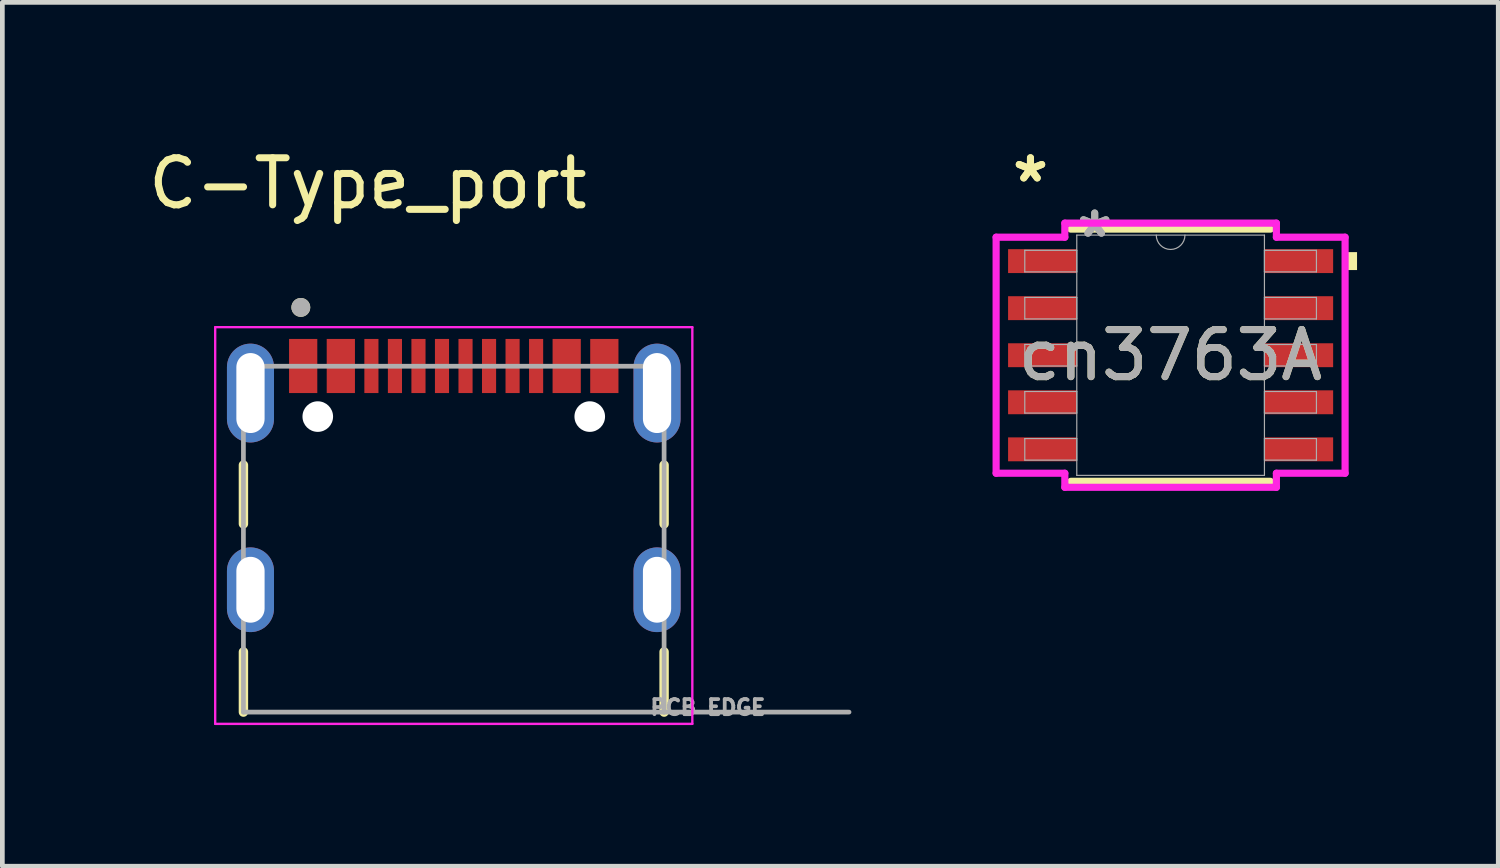
<source format=kicad_pcb>
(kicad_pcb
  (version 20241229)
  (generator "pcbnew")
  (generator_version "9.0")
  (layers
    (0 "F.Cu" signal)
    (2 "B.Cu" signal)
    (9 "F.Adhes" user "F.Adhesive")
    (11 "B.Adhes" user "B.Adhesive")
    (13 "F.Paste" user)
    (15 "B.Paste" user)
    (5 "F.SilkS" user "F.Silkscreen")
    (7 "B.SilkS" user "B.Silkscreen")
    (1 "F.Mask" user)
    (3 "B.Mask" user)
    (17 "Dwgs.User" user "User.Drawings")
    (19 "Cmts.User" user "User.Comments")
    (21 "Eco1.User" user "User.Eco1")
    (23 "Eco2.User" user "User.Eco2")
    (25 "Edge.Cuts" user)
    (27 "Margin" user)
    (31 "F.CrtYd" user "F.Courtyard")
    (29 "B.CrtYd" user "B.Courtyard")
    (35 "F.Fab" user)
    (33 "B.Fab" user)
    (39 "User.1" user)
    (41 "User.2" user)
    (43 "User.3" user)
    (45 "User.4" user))
  (footprint "C-Type_port"
    (layer "F.Cu")
    (at 6.593 9.483)
    (property "Reference" "C-Type_port" (at -1.825 -8.635 0) (layer "F.SilkS") (effects (font (size 1 1) (thickness 0.15))))
    (attr smd)
    (fp_line (start -4.47 -2.65) (end -4.47 -1.4) (stroke (width 0.2) (type solid)) (layer "F.SilkS"))
    (fp_line (start -4.47 1.32) (end -4.47 2.6) (stroke (width 0.2) (type solid)) (layer "F.SilkS"))
    (fp_line (start 4.47 -2.65) (end 4.47 -1.4) (stroke (width 0.2) (type solid)) (layer "F.SilkS"))
    (fp_line (start 4.47 2.6) (end 4.47 1.32) (stroke (width 0.2) (type solid)) (layer "F.SilkS"))
    (fp_circle (center -3.25 -6) (end -3.15 -6) (stroke (width 0.2) (type solid)) (fill no) (layer "F.SilkS"))
    (fp_line (start -5.07 -5.58) (end -5.07 2.85) (stroke (width 0.05) (type solid)) (layer "F.CrtYd"))
    (fp_line (start -5.07 2.85) (end 5.07 2.85) (stroke (width 0.05) (type solid)) (layer "F.CrtYd"))
    (fp_line (start 5.07 -5.58) (end -5.07 -5.58) (stroke (width 0.05) (type solid)) (layer "F.CrtYd"))
    (fp_line (start 5.07 2.85) (end 5.07 -5.58) (stroke (width 0.05) (type solid)) (layer "F.CrtYd"))
    (fp_line (start -4.47 -4.75) (end 4.47 -4.75) (stroke (width 0.1) (type solid)) (layer "F.Fab"))
    (fp_line (start -4.47 2.6) (end -4.47 -4.75) (stroke (width 0.1) (type solid)) (layer "F.Fab"))
    (fp_line (start 4.47 -4.75) (end 4.47 2.6) (stroke (width 0.1) (type solid)) (layer "F.Fab"))
    (fp_line (start 4.47 2.6) (end -4.47 2.6) (stroke (width 0.1) (type solid)) (layer "F.Fab"))
    (fp_line (start 4.47 2.6) (end 8.4 2.6) (stroke (width 0.1) (type solid)) (layer "F.Fab"))
    (fp_circle (center -3.25 -6) (end -3.15 -6) (stroke (width 0.2) (type solid)) (fill no) (layer "F.Fab"))
    (fp_text user "PCB EDGE" (at 5.4 2.5 0) (layer "F.Fab") (effects (font (size 0.32 0.32) (thickness 0.15))))
    (pad "" np_thru_hole circle (at -2.89 -3.68) (size 0.65 0.65) (drill 0.65) (layers "*.Cu" "*.Mask"))
    (pad "" np_thru_hole circle (at 2.89 -3.68) (size 0.65 0.65) (drill 0.65) (layers "*.Cu" "*.Mask"))
    (pad "A1_B12" smd rect (at -3.2 -4.755) (size 0.6 1.15) (layers "F.Cu" "F.Mask" "F.Paste"))
    (pad "A4_B9" smd rect (at -2.4 -4.755) (size 0.6 1.15) (layers "F.Cu" "F.Mask" "F.Paste"))
    (pad "A5" smd rect (at -1.25 -4.755) (size 0.3 1.15) (layers "F.Cu" "F.Mask" "F.Paste"))
    (pad "A6" smd rect (at -0.25 -4.755) (size 0.3 1.15) (layers "F.Cu" "F.Mask" "F.Paste"))
    (pad "A7" smd rect (at 0.25 -4.755) (size 0.3 1.15) (layers "F.Cu" "F.Mask" "F.Paste"))
    (pad "A8" smd rect (at 1.25 -4.755) (size 0.3 1.15) (layers "F.Cu" "F.Mask" "F.Paste"))
    (pad "B1_A12" smd rect (at 3.2 -4.755) (size 0.6 1.15) (layers "F.Cu" "F.Mask" "F.Paste"))
    (pad "B4_A9" smd rect (at 2.4 -4.755) (size 0.6 1.15) (layers "F.Cu" "F.Mask" "F.Paste"))
    (pad "B5" smd rect (at 1.75 -4.755) (size 0.3 1.15) (layers "F.Cu" "F.Mask" "F.Paste"))
    (pad "B6" smd rect (at 0.75 -4.755) (size 0.3 1.15) (layers "F.Cu" "F.Mask" "F.Paste"))
    (pad "B7" smd rect (at -0.75 -4.755) (size 0.3 1.15) (layers "F.Cu" "F.Mask" "F.Paste"))
    (pad "B8" smd rect (at -1.75 -4.755) (size 0.3 1.15) (layers "F.Cu" "F.Mask" "F.Paste"))
    (pad "SH1" thru_hole oval (at -4.32 -4.18) (size 1 2.1) (drill oval 0.6 1.7) (layers "*.Cu" "*.Mask"))
    (pad "SH2" thru_hole oval (at 4.32 -4.18) (size 1 2.1) (drill oval 0.6 1.7) (layers "*.Cu" "*.Mask"))
    (pad "SH3" thru_hole oval (at -4.32 0) (size 1 1.8) (drill oval 0.6 1.4) (layers "*.Cu" "*.Mask"))
    (pad "SH4" thru_hole oval (at 4.32 0) (size 1 1.8) (drill oval 0.6 1.4) (layers "*.Cu" "*.Mask")))
  (footprint "cn3763A"
    (layer "F.Cu")
    (at 21.827 4.499)
    (property "Reference" "cn3763A" (at 0 0 0) (unlocked yes) (layer "F.SilkS") (effects (font (size 1 1) (thickness 0.15))))
    (attr smd)
    (fp_line (start -2.121 2.68) (end 2.121 2.68) (stroke (width 0.152) (type solid)) (layer "F.SilkS"))
    (fp_line (start 2.121 -2.68) (end -2.121 -2.68) (stroke (width 0.152) (type solid)) (layer "F.SilkS"))
    (fp_poly (pts (xy 3.962 -2.191) (xy 3.962 -1.81) (xy 3.708 -1.81) (xy 3.708 -2.191)) (stroke (width 0) (type solid)) (fill yes) (layer "F.SilkS"))
    (fp_line (start -3.708 -2.508) (end -2.248 -2.508) (stroke (width 0.152) (type solid)) (layer "F.CrtYd"))
    (fp_line (start -3.708 2.508) (end -3.708 -2.508) (stroke (width 0.152) (type solid)) (layer "F.CrtYd"))
    (fp_line (start -3.708 2.508) (end -2.248 2.508) (stroke (width 0.152) (type solid)) (layer "F.CrtYd"))
    (fp_line (start -2.248 -2.807) (end 2.248 -2.807) (stroke (width 0.152) (type solid)) (layer "F.CrtYd"))
    (fp_line (start -2.248 -2.508) (end -2.248 -2.807) (stroke (width 0.152) (type solid)) (layer "F.CrtYd"))
    (fp_line (start -2.248 2.807) (end -2.248 2.508) (stroke (width 0.152) (type solid)) (layer "F.CrtYd"))
    (fp_line (start 2.248 -2.807) (end 2.248 -2.508) (stroke (width 0.152) (type solid)) (layer "F.CrtYd"))
    (fp_line (start 2.248 2.508) (end 2.248 2.807) (stroke (width 0.152) (type solid)) (layer "F.CrtYd"))
    (fp_line (start 2.248 2.807) (end -2.248 2.807) (stroke (width 0.152) (type solid)) (layer "F.CrtYd"))
    (fp_line (start 3.708 -2.508) (end 2.248 -2.508) (stroke (width 0.152) (type solid)) (layer "F.CrtYd"))
    (fp_line (start 3.708 -2.508) (end 3.708 2.508) (stroke (width 0.152) (type solid)) (layer "F.CrtYd"))
    (fp_line (start 3.708 2.508) (end 2.248 2.508) (stroke (width 0.152) (type solid)) (layer "F.CrtYd"))
    (fp_line (start -3.099 -2.229) (end -3.099 -1.771) (stroke (width 0.025) (type solid)) (layer "F.Fab"))
    (fp_line (start -3.099 -1.771) (end -1.994 -1.771) (stroke (width 0.025) (type solid)) (layer "F.Fab"))
    (fp_line (start -3.099 -1.229) (end -3.099 -0.771) (stroke (width 0.025) (type solid)) (layer "F.Fab"))
    (fp_line (start -3.099 -0.771) (end -1.994 -0.771) (stroke (width 0.025) (type solid)) (layer "F.Fab"))
    (fp_line (start -3.099 -0.229) (end -3.099 0.229) (stroke (width 0.025) (type solid)) (layer "F.Fab"))
    (fp_line (start -3.099 0.229) (end -1.994 0.229) (stroke (width 0.025) (type solid)) (layer "F.Fab"))
    (fp_line (start -3.099 0.771) (end -3.099 1.229) (stroke (width 0.025) (type solid)) (layer "F.Fab"))
    (fp_line (start -3.099 1.229) (end -1.994 1.229) (stroke (width 0.025) (type solid)) (layer "F.Fab"))
    (fp_line (start -3.099 1.771) (end -3.099 2.229) (stroke (width 0.025) (type solid)) (layer "F.Fab"))
    (fp_line (start -3.099 2.229) (end -1.994 2.229) (stroke (width 0.025) (type solid)) (layer "F.Fab"))
    (fp_line (start -1.994 -2.553) (end -1.994 2.553) (stroke (width 0.025) (type solid)) (layer "F.Fab"))
    (fp_line (start -1.994 -2.229) (end -3.099 -2.229) (stroke (width 0.025) (type solid)) (layer "F.Fab"))
    (fp_line (start -1.994 -1.771) (end -1.994 -2.229) (stroke (width 0.025) (type solid)) (layer "F.Fab"))
    (fp_line (start -1.994 -1.229) (end -3.099 -1.229) (stroke (width 0.025) (type solid)) (layer "F.Fab"))
    (fp_line (start -1.994 -0.771) (end -1.994 -1.229) (stroke (width 0.025) (type solid)) (layer "F.Fab"))
    (fp_line (start -1.994 -0.229) (end -3.099 -0.229) (stroke (width 0.025) (type solid)) (layer "F.Fab"))
    (fp_line (start -1.994 0.229) (end -1.994 -0.229) (stroke (width 0.025) (type solid)) (layer "F.Fab"))
    (fp_line (start -1.994 0.771) (end -3.099 0.771) (stroke (width 0.025) (type solid)) (layer "F.Fab"))
    (fp_line (start -1.994 1.229) (end -1.994 0.771) (stroke (width 0.025) (type solid)) (layer "F.Fab"))
    (fp_line (start -1.994 1.771) (end -3.099 1.771) (stroke (width 0.025) (type solid)) (layer "F.Fab"))
    (fp_line (start -1.994 2.229) (end -1.994 1.771) (stroke (width 0.025) (type solid)) (layer "F.Fab"))
    (fp_line (start -1.994 2.553) (end 1.994 2.553) (stroke (width 0.025) (type solid)) (layer "F.Fab"))
    (fp_line (start 1.994 -2.553) (end -1.994 -2.553) (stroke (width 0.025) (type solid)) (layer "F.Fab"))
    (fp_line (start 1.994 -2.229) (end 1.994 -1.771) (stroke (width 0.025) (type solid)) (layer "F.Fab"))
    (fp_line (start 1.994 -1.771) (end 3.099 -1.771) (stroke (width 0.025) (type solid)) (layer "F.Fab"))
    (fp_line (start 1.994 -1.229) (end 1.994 -0.771) (stroke (width 0.025) (type solid)) (layer "F.Fab"))
    (fp_line (start 1.994 -0.771) (end 3.099 -0.771) (stroke (width 0.025) (type solid)) (layer "F.Fab"))
    (fp_line (start 1.994 -0.229) (end 1.994 0.229) (stroke (width 0.025) (type solid)) (layer "F.Fab"))
    (fp_line (start 1.994 0.229) (end 3.099 0.229) (stroke (width 0.025) (type solid)) (layer "F.Fab"))
    (fp_line (start 1.994 0.771) (end 1.994 1.229) (stroke (width 0.025) (type solid)) (layer "F.Fab"))
    (fp_line (start 1.994 1.229) (end 3.099 1.229) (stroke (width 0.025) (type solid)) (layer "F.Fab"))
    (fp_line (start 1.994 1.771) (end 1.994 2.229) (stroke (width 0.025) (type solid)) (layer "F.Fab"))
    (fp_line (start 1.994 2.229) (end 3.099 2.229) (stroke (width 0.025) (type solid)) (layer "F.Fab"))
    (fp_line (start 1.994 2.553) (end 1.994 -2.553) (stroke (width 0.025) (type solid)) (layer "F.Fab"))
    (fp_line (start 3.099 -2.229) (end 1.994 -2.229) (stroke (width 0.025) (type solid)) (layer "F.Fab"))
    (fp_line (start 3.099 -1.771) (end 3.099 -2.229) (stroke (width 0.025) (type solid)) (layer "F.Fab"))
    (fp_line (start 3.099 -1.229) (end 1.994 -1.229) (stroke (width 0.025) (type solid)) (layer "F.Fab"))
    (fp_line (start 3.099 -0.771) (end 3.099 -1.229) (stroke (width 0.025) (type solid)) (layer "F.Fab"))
    (fp_line (start 3.099 -0.229) (end 1.994 -0.229) (stroke (width 0.025) (type solid)) (layer "F.Fab"))
    (fp_line (start 3.099 0.229) (end 3.099 -0.229) (stroke (width 0.025) (type solid)) (layer "F.Fab"))
    (fp_line (start 3.099 0.771) (end 1.994 0.771) (stroke (width 0.025) (type solid)) (layer "F.Fab"))
    (fp_line (start 3.099 1.229) (end 3.099 0.771) (stroke (width 0.025) (type solid)) (layer "F.Fab"))
    (fp_line (start 3.099 1.771) (end 1.994 1.771) (stroke (width 0.025) (type solid)) (layer "F.Fab"))
    (fp_line (start 3.099 2.229) (end 3.099 1.771) (stroke (width 0.025) (type solid)) (layer "F.Fab"))
    (fp_arc (start 0.3048 -2.5527) (mid 0 -2.2479) (end -0.3048 -2.5527) (stroke (width 0.0254) (type solid)) (layer "F.Fab"))
    (fp_text user "*" (at -2.978 -3.651 0) (unlocked yes) (layer "F.SilkS") (effects (font (size 1 1) (thickness 0.15))))
    (fp_text user "*" (at -2.978 -3.651 0) (layer "F.SilkS") (effects (font (size 1 1) (thickness 0.15))))
    (fp_text user "*" (at -1.613 -2.477 0) (layer "F.Fab") (effects (font (size 1 1) (thickness 0.15))))
    (fp_text user "*" (at -1.613 -2.477 0) (unlocked yes) (layer "F.Fab") (effects (font (size 1 1) (thickness 0.15))))
    (fp_text user "${REFERENCE}" (at 0 0 0) (unlocked yes) (layer "F.Fab") (effects (font (size 1 1) (thickness 0.15))))
    (pad "1" smd rect (at -2.724 -2) (size 1.46 0.508) (layers "F.Cu" "F.Mask" "F.Paste"))
    (pad "2" smd rect (at -2.724 -1) (size 1.46 0.508) (layers "F.Cu" "F.Mask" "F.Paste"))
    (pad "3" smd rect (at -2.724 0) (size 1.46 0.508) (layers "F.Cu" "F.Mask" "F.Paste"))
    (pad "4" smd rect (at -2.724 1) (size 1.46 0.508) (layers "F.Cu" "F.Mask" "F.Paste"))
    (pad "5" smd rect (at -2.724 2) (size 1.46 0.508) (layers "F.Cu" "F.Mask" "F.Paste"))
    (pad "6" smd rect (at 2.724 2) (size 1.46 0.508) (layers "F.Cu" "F.Mask" "F.Paste"))
    (pad "7" smd rect (at 2.724 1) (size 1.46 0.508) (layers "F.Cu" "F.Mask" "F.Paste"))
    (pad "8" smd rect (at 2.724 0) (size 1.46 0.508) (layers "F.Cu" "F.Mask" "F.Paste"))
    (pad "9" smd rect (at 2.724 -1) (size 1.46 0.508) (layers "F.Cu" "F.Mask" "F.Paste"))
    (pad "10" smd rect (at 2.724 -2) (size 1.46 0.508) (layers "F.Cu" "F.Mask" "F.Paste")))
  (gr_rect
    (start -3 -3)
    (end 28.79 15.358)
    (stroke (width 0.1) (type default))
    (fill no)
    (layer "Edge.Cuts")))
</source>
